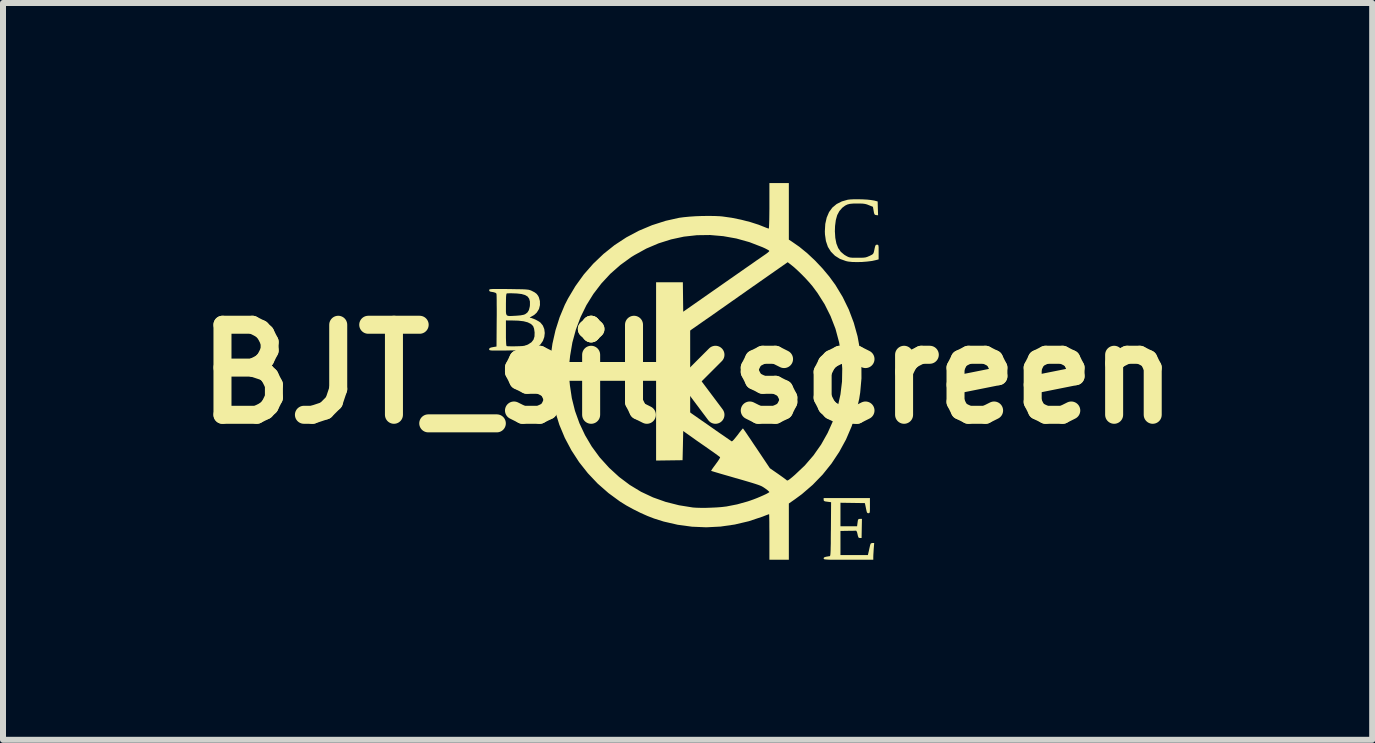
<source format=kicad_pcb>
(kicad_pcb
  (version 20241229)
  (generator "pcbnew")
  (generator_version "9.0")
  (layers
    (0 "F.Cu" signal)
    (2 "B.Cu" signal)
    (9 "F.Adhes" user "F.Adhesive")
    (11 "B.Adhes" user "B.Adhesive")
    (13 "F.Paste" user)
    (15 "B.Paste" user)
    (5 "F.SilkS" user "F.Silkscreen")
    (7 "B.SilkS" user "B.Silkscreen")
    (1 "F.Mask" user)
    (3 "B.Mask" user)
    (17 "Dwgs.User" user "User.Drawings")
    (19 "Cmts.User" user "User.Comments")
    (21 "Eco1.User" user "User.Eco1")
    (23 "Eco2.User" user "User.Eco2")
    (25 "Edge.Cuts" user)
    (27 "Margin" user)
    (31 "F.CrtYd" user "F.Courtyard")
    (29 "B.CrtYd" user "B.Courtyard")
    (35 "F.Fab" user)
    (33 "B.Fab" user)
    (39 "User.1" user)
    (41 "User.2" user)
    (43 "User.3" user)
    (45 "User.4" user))
  (footprint "BJT_silkscreen"
    (layer "F.Cu")
    (at 8.407 3.183)
    (property "Reference" "BJT_silkscreen" (at 0 0 0) (layer "F.SilkS") (effects (font (size 1.5 1.5) (thickness 0.3))))
    (attr board_only exclude_from_pos_files exclude_from_bom)
    (fp_poly (pts (xy 2.921 -2.911) (xy 2.993 -2.907) (xy 3.056 -2.9) (xy 3.105 -2.892) (xy 3.111 -2.891) (xy 3.167 -2.876) (xy 3.17 -2.761) (xy 3.174 -2.646) (xy 3.143 -2.649) (xy 3.125 -2.653) (xy 3.114 -2.663) (xy 3.106 -2.685) (xy 3.1 -2.72) (xy 3.088 -2.787) (xy 3.021 -2.814) (xy 2.988 -2.827) (xy 2.957 -2.835) (xy 2.921 -2.84) (xy 2.874 -2.842) (xy 2.826 -2.842) (xy 2.756 -2.841) (xy 2.703 -2.836) (xy 2.661 -2.825) (xy 2.625 -2.807) (xy 2.59 -2.781) (xy 2.576 -2.77) (xy 2.529 -2.716) (xy 2.493 -2.649) (xy 2.47 -2.567) (xy 2.457 -2.468) (xy 2.454 -2.379) (xy 2.461 -2.269) (xy 2.479 -2.176) (xy 2.509 -2.1) (xy 2.553 -2.037) (xy 2.611 -1.988) (xy 2.636 -1.973) (xy 2.663 -1.958) (xy 2.686 -1.948) (xy 2.711 -1.942) (xy 2.743 -1.939) (xy 2.788 -1.938) (xy 2.832 -1.938) (xy 2.89 -1.938) (xy 2.933 -1.94) (xy 2.965 -1.944) (xy 2.992 -1.952) (xy 3.02 -1.964) (xy 3.03 -1.968) (xy 3.063 -1.984) (xy 3.085 -1.998) (xy 3.098 -2.016) (xy 3.106 -2.043) (xy 3.115 -2.085) (xy 3.116 -2.092) (xy 3.125 -2.128) (xy 3.133 -2.147) (xy 3.145 -2.155) (xy 3.156 -2.156) (xy 3.168 -2.155) (xy 3.176 -2.15) (xy 3.18 -2.138) (xy 3.183 -2.114) (xy 3.183 -2.074) (xy 3.183 -2.033) (xy 3.183 -1.911) (xy 3.141 -1.9) (xy 3.074 -1.885) (xy 2.994 -1.875) (xy 2.908 -1.868) (xy 2.823 -1.866) (xy 2.743 -1.868) (xy 2.675 -1.875) (xy 2.639 -1.883) (xy 2.539 -1.919) (xy 2.456 -1.971) (xy 2.389 -2.038) (xy 2.338 -2.119) (xy 2.305 -2.216) (xy 2.289 -2.326) (xy 2.287 -2.379) (xy 2.294 -2.501) (xy 2.318 -2.608) (xy 2.357 -2.699) (xy 2.412 -2.774) (xy 2.483 -2.833) (xy 2.57 -2.877) (xy 2.668 -2.905) (xy 2.713 -2.91) (xy 2.775 -2.913) (xy 2.846 -2.913)) (stroke (width 0) (type solid)) (fill yes) (layer "F.SilkS"))
    (fp_poly (pts (xy 3.038 2.193) (xy 3.038 2.248) (xy 3.037 2.284) (xy 3.034 2.305) (xy 3.029 2.315) (xy 3.021 2.318) (xy 3.013 2.318) (xy 3.002 2.317) (xy 2.994 2.312) (xy 2.987 2.301) (xy 2.981 2.278) (xy 2.973 2.241) (xy 2.963 2.192) (xy 2.954 2.15) (xy 2.751 2.147) (xy 2.547 2.144) (xy 2.547 2.34) (xy 2.547 2.536) (xy 2.686 2.536) (xy 2.824 2.536) (xy 2.832 2.474) (xy 2.837 2.439) (xy 2.844 2.421) (xy 2.855 2.414) (xy 2.872 2.413) (xy 2.905 2.413) (xy 2.902 2.572) (xy 2.899 2.731) (xy 2.871 2.731) (xy 2.855 2.729) (xy 2.845 2.718) (xy 2.837 2.693) (xy 2.832 2.67) (xy 2.823 2.633) (xy 2.812 2.613) (xy 2.806 2.609) (xy 2.79 2.61) (xy 2.757 2.611) (xy 2.711 2.611) (xy 2.67 2.612) (xy 2.547 2.614) (xy 2.547 2.815) (xy 2.547 3.016) (xy 2.775 3.016) (xy 3.004 3.016) (xy 3.011 2.985) (xy 3.019 2.952) (xy 3.027 2.915) (xy 3.027 2.915) (xy 3.035 2.879) (xy 3.043 2.845) (xy 3.043 2.845) (xy 3.053 2.822) (xy 3.074 2.815) (xy 3.079 2.815) (xy 3.109 2.815) (xy 3.101 2.917) (xy 3.098 2.967) (xy 3.095 3.014) (xy 3.094 3.048) (xy 3.094 3.057) (xy 3.094 3.094) (xy 2.681 3.094) (xy 2.574 3.094) (xy 2.487 3.094) (xy 2.419 3.093) (xy 2.366 3.093) (xy 2.327 3.091) (xy 2.3 3.089) (xy 2.283 3.087) (xy 2.273 3.083) (xy 2.269 3.079) (xy 2.267 3.074) (xy 2.267 3.072) (xy 2.27 3.06) (xy 2.282 3.051) (xy 2.306 3.044) (xy 2.346 3.037) (xy 2.368 3.034) (xy 2.372 3.032) (xy 2.376 3.023) (xy 2.379 3.006) (xy 2.381 2.98) (xy 2.383 2.941) (xy 2.384 2.889) (xy 2.386 2.822) (xy 2.386 2.736) (xy 2.387 2.631) (xy 2.388 2.584) (xy 2.391 2.135) (xy 2.329 2.127) (xy 2.294 2.122) (xy 2.275 2.115) (xy 2.268 2.104) (xy 2.267 2.093) (xy 2.267 2.066) (xy 2.653 2.066) (xy 3.038 2.066)) (stroke (width 0) (type solid)) (fill yes) (layer "F.SilkS"))
    (fp_poly (pts (xy -3.093 -1.418) (xy -3.004 -1.417) (xy -2.98 -1.417) (xy -2.885 -1.415) (xy -2.81 -1.414) (xy -2.752 -1.413) (xy -2.708 -1.411) (xy -2.674 -1.408) (xy -2.649 -1.405) (xy -2.63 -1.4) (xy -2.613 -1.394) (xy -2.597 -1.387) (xy -2.549 -1.362) (xy -2.516 -1.337) (xy -2.492 -1.306) (xy -2.478 -1.279) (xy -2.461 -1.217) (xy -2.46 -1.15) (xy -2.475 -1.088) (xy -2.48 -1.078) (xy -2.513 -1.025) (xy -2.556 -0.985) (xy -2.598 -0.961) (xy -2.621 -0.948) (xy -2.63 -0.94) (xy -2.628 -0.939) (xy -2.599 -0.933) (xy -2.559 -0.918) (xy -2.516 -0.898) (xy -2.477 -0.876) (xy -2.452 -0.858) (xy -2.412 -0.809) (xy -2.388 -0.75) (xy -2.38 -0.684) (xy -2.388 -0.617) (xy -2.411 -0.553) (xy -2.449 -0.497) (xy -2.476 -0.471) (xy -2.5 -0.451) (xy -2.523 -0.436) (xy -2.548 -0.424) (xy -2.578 -0.414) (xy -2.614 -0.407) (xy -2.66 -0.402) (xy -2.718 -0.399) (xy -2.792 -0.396) (xy -2.883 -0.395) (xy -2.963 -0.394) (xy -3.059 -0.392) (xy -3.136 -0.392) (xy -3.195 -0.392) (xy -3.238 -0.392) (xy -3.268 -0.393) (xy -3.288 -0.396) (xy -3.299 -0.399) (xy -3.305 -0.403) (xy -3.306 -0.409) (xy -3.306 -0.412) (xy -3.304 -0.426) (xy -3.293 -0.436) (xy -3.269 -0.444) (xy -3.227 -0.452) (xy -3.226 -0.452) (xy -3.184 -0.459) (xy -3.181 -0.889) (xy -3.181 -0.894) (xy -3.027 -0.894) (xy -3.027 -0.682) (xy -3.027 -0.603) (xy -3.025 -0.545) (xy -3.023 -0.504) (xy -3.02 -0.478) (xy -3.015 -0.467) (xy -3.013 -0.466) (xy -2.997 -0.464) (xy -2.963 -0.463) (xy -2.917 -0.462) (xy -2.863 -0.463) (xy -2.857 -0.463) (xy -2.796 -0.465) (xy -2.752 -0.467) (xy -2.719 -0.472) (xy -2.692 -0.479) (xy -2.666 -0.49) (xy -2.654 -0.496) (xy -2.602 -0.53) (xy -2.568 -0.573) (xy -2.551 -0.627) (xy -2.549 -0.696) (xy -2.55 -0.7) (xy -2.558 -0.757) (xy -2.573 -0.797) (xy -2.577 -0.803) (xy -2.612 -0.836) (xy -2.664 -0.862) (xy -2.733 -0.88) (xy -2.82 -0.89) (xy -2.924 -0.893) (xy -3.027 -0.894) (xy -3.181 -0.894) (xy -3.18 -0.986) (xy -3.18 -1.076) (xy -3.18 -1.086) (xy -3.027 -1.086) (xy -3.027 -1.035) (xy -3.023 -1.001) (xy -3.012 -0.98) (xy -2.993 -0.97) (xy -2.962 -0.967) (xy -2.917 -0.969) (xy -2.859 -0.972) (xy -2.785 -0.978) (xy -2.733 -0.988) (xy -2.708 -0.997) (xy -2.669 -1.026) (xy -2.644 -1.066) (xy -2.63 -1.122) (xy -2.627 -1.148) (xy -2.627 -1.209) (xy -2.64 -1.256) (xy -2.666 -1.292) (xy -2.708 -1.317) (xy -2.767 -1.334) (xy -2.845 -1.343) (xy -2.875 -1.344) (xy -2.926 -1.346) (xy -2.97 -1.346) (xy -3 -1.345) (xy -3.012 -1.344) (xy -3.018 -1.337) (xy -3.022 -1.318) (xy -3.025 -1.287) (xy -3.026 -1.238) (xy -3.027 -1.171) (xy -3.027 -1.156) (xy -3.027 -1.086) (xy -3.18 -1.086) (xy -3.181 -1.157) (xy -3.181 -1.226) (xy -3.182 -1.281) (xy -3.183 -1.319) (xy -3.185 -1.338) (xy -3.185 -1.34) (xy -3.2 -1.354) (xy -3.232 -1.364) (xy -3.249 -1.367) (xy -3.284 -1.373) (xy -3.301 -1.381) (xy -3.306 -1.394) (xy -3.306 -1.397) (xy -3.306 -1.404) (xy -3.302 -1.409) (xy -3.294 -1.413) (xy -3.278 -1.415) (xy -3.253 -1.417) (xy -3.215 -1.418) (xy -3.162 -1.418)) (stroke (width 0) (type solid)) (fill yes) (layer "F.SilkS"))
    (fp_poly (pts (xy 1.687 -2.711) (xy 1.687 -2.24) (xy 1.735 -2.209) (xy 1.863 -2.12) (xy 1.994 -2.013) (xy 2.123 -1.892) (xy 2.246 -1.762) (xy 2.36 -1.626) (xy 2.46 -1.489) (xy 2.461 -1.488) (xy 2.583 -1.286) (xy 2.686 -1.075) (xy 2.769 -0.855) (xy 2.832 -0.629) (xy 2.874 -0.398) (xy 2.896 -0.164) (xy 2.897 0.072) (xy 2.876 0.308) (xy 2.859 0.414) (xy 2.806 0.647) (xy 2.733 0.872) (xy 2.64 1.089) (xy 2.527 1.296) (xy 2.397 1.492) (xy 2.249 1.676) (xy 2.084 1.846) (xy 1.904 2.001) (xy 1.79 2.085) (xy 1.687 2.157) (xy 1.687 2.626) (xy 1.687 3.094) (xy 1.525 3.094) (xy 1.363 3.094) (xy 1.363 2.714) (xy 1.363 2.625) (xy 1.362 2.543) (xy 1.362 2.471) (xy 1.361 2.411) (xy 1.36 2.367) (xy 1.359 2.341) (xy 1.358 2.334) (xy 1.347 2.338) (xy 1.319 2.348) (xy 1.28 2.363) (xy 1.25 2.375) (xy 1.019 2.452) (xy 0.785 2.507) (xy 0.549 2.541) (xy 0.311 2.553) (xy 0.073 2.543) (xy -0.164 2.511) (xy -0.399 2.457) (xy -0.558 2.407) (xy -0.667 2.365) (xy -0.786 2.312) (xy -0.906 2.252) (xy -1.021 2.189) (xy -1.122 2.126) (xy -1.123 2.126) (xy -1.318 1.983) (xy -1.498 1.825) (xy -1.661 1.653) (xy -1.808 1.467) (xy -1.936 1.27) (xy -2.046 1.063) (xy -2.137 0.845) (xy -2.207 0.619) (xy -2.258 0.385) (xy -2.274 0.27) (xy -2.294 0.112) (xy -1.968 0.112) (xy -1.961 0.187) (xy -1.929 0.402) (xy -1.876 0.614) (xy -1.802 0.82) (xy -1.709 1.018) (xy -1.598 1.206) (xy -1.47 1.381) (xy -1.462 1.391) (xy -1.307 1.562) (xy -1.141 1.714) (xy -0.964 1.847) (xy -0.776 1.961) (xy -0.576 2.055) (xy -0.365 2.13) (xy -0.143 2.186) (xy 0.087 2.223) (xy 0.145 2.227) (xy 0.22 2.229) (xy 0.305 2.229) (xy 0.394 2.226) (xy 0.482 2.222) (xy 0.563 2.216) (xy 0.631 2.208) (xy 0.648 2.206) (xy 0.826 2.171) (xy 0.998 2.123) (xy 1.046 2.107) (xy 1.099 2.088) (xy 1.156 2.066) (xy 1.213 2.042) (xy 1.265 2.019) (xy 1.31 1.998) (xy 1.343 1.98) (xy 1.361 1.968) (xy 1.363 1.965) (xy 1.354 1.955) (xy 1.332 1.935) (xy 1.3 1.911) (xy 1.29 1.904) (xy 1.271 1.891) (xy 1.252 1.879) (xy 1.23 1.867) (xy 1.204 1.856) (xy 1.171 1.844) (xy 1.129 1.83) (xy 1.075 1.813) (xy 1.008 1.793) (xy 0.923 1.768) (xy 0.82 1.738) (xy 0.807 1.735) (xy 0.715 1.708) (xy 0.631 1.684) (xy 0.555 1.662) (xy 0.491 1.643) (xy 0.441 1.628) (xy 0.408 1.618) (xy 0.393 1.613) (xy 0.392 1.613) (xy 0.397 1.603) (xy 0.412 1.579) (xy 0.437 1.544) (xy 0.468 1.503) (xy 0.468 1.502) (xy 0.499 1.46) (xy 0.523 1.424) (xy 0.538 1.398) (xy 0.542 1.386) (xy 0.542 1.386) (xy 0.532 1.377) (xy 0.505 1.357) (xy 0.467 1.329) (xy 0.418 1.294) (xy 0.363 1.256) (xy 0.355 1.25) (xy 0.288 1.203) (xy 0.217 1.154) (xy 0.148 1.106) (xy 0.088 1.063) (xy 0.05 1.036) (xy -0.073 0.949) (xy -0.078 1.192) (xy -0.084 1.435) (xy -0.304 1.438) (xy -0.525 1.441) (xy -0.525 0.777) (xy -0.525 0.555) (xy -0.078 0.555) (xy 0.064 0.655) (xy 0.123 0.696) (xy 0.183 0.738) (xy 0.24 0.778) (xy 0.287 0.81) (xy 0.296 0.816) (xy 0.397 0.887) (xy 0.481 0.946) (xy 0.55 0.994) (xy 0.606 1.032) (xy 0.649 1.062) (xy 0.681 1.084) (xy 0.704 1.1) (xy 0.72 1.111) (xy 0.729 1.118) (xy 0.734 1.121) (xy 0.747 1.116) (xy 0.77 1.093) (xy 0.803 1.053) (xy 0.832 1.017) (xy 0.864 0.974) (xy 0.892 0.939) (xy 0.912 0.915) (xy 0.922 0.905) (xy 0.922 0.905) (xy 0.929 0.914) (xy 0.947 0.939) (xy 0.975 0.979) (xy 1.01 1.031) (xy 1.053 1.094) (xy 1.1 1.165) (xy 1.149 1.237) (xy 1.371 1.569) (xy 1.507 1.663) (xy 1.555 1.697) (xy 1.597 1.727) (xy 1.628 1.75) (xy 1.646 1.764) (xy 1.649 1.766) (xy 1.655 1.773) (xy 1.665 1.773) (xy 1.682 1.765) (xy 1.707 1.747) (xy 1.744 1.717) (xy 1.79 1.677) (xy 1.952 1.524) (xy 2.097 1.356) (xy 2.225 1.174) (xy 2.334 0.98) (xy 2.426 0.774) (xy 2.498 0.557) (xy 2.501 0.547) (xy 2.547 0.339) (xy 2.573 0.125) (xy 2.577 -0.092) (xy 2.561 -0.31) (xy 2.525 -0.527) (xy 2.468 -0.74) (xy 2.462 -0.76) (xy 2.382 -0.966) (xy 2.283 -1.164) (xy 2.164 -1.352) (xy 2.08 -1.465) (xy 2.03 -1.524) (xy 1.97 -1.59) (xy 1.906 -1.656) (xy 1.841 -1.719) (xy 1.781 -1.774) (xy 1.736 -1.811) (xy 1.668 -1.864) (xy 1.356 -1.646) (xy 1.279 -1.592) (xy 1.206 -1.541) (xy 1.138 -1.493) (xy 1.078 -1.452) (xy 1.03 -1.418) (xy 0.996 -1.394) (xy 0.983 -1.385) (xy 0.954 -1.364) (xy 0.911 -1.334) (xy 0.858 -1.297) (xy 0.799 -1.255) (xy 0.738 -1.213) (xy 0.737 -1.212) (xy 0.676 -1.169) (xy 0.618 -1.128) (xy 0.565 -1.091) (xy 0.523 -1.062) (xy 0.495 -1.042) (xy 0.495 -1.041) (xy 0.47 -1.024) (xy 0.43 -0.996) (xy 0.378 -0.959) (xy 0.316 -0.917) (xy 0.249 -0.87) (xy 0.179 -0.821) (xy -0.078 -0.642) (xy -0.078 -0.043) (xy -0.078 0.555) (xy -0.525 0.555) (xy -0.525 0.112) (xy -1.247 0.112) (xy -1.968 0.112) (xy -2.294 0.112) (xy -2.565 0.112) (xy -2.837 0.112) (xy -2.837 -0.045) (xy -2.837 -0.201) (xy -2.564 -0.201) (xy -2.292 -0.201) (xy -1.969 -0.201) (xy -1.247 -0.201) (xy -0.525 -0.201) (xy -0.525 -0.866) (xy -0.525 -1.53) (xy -0.302 -1.53) (xy -0.079 -1.53) (xy -0.076 -1.285) (xy -0.073 -1.039) (xy 0.575 -1.492) (xy 0.685 -1.569) (xy 0.79 -1.642) (xy 0.89 -1.712) (xy 0.983 -1.777) (xy 1.067 -1.835) (xy 1.14 -1.887) (xy 1.202 -1.929) (xy 1.249 -1.962) (xy 1.281 -1.984) (xy 1.293 -1.992) (xy 1.326 -2.016) (xy 1.351 -2.037) (xy 1.362 -2.05) (xy 1.362 -2.051) (xy 1.353 -2.061) (xy 1.327 -2.076) (xy 1.288 -2.096) (xy 1.246 -2.115) (xy 1.031 -2.198) (xy 0.813 -2.259) (xy 0.594 -2.298) (xy 0.374 -2.317) (xy 0.155 -2.314) (xy -0.062 -2.29) (xy -0.275 -2.244) (xy -0.484 -2.178) (xy -0.688 -2.091) (xy -0.884 -1.983) (xy -0.938 -1.95) (xy -1.12 -1.818) (xy -1.287 -1.671) (xy -1.437 -1.509) (xy -1.57 -1.335) (xy -1.686 -1.148) (xy -1.783 -0.95) (xy -1.861 -0.742) (xy -1.92 -0.526) (xy -1.958 -0.302) (xy -1.961 -0.271) (xy -1.969 -0.201) (xy -2.292 -0.201) (xy -2.284 -0.276) (xy -2.252 -0.506) (xy -2.201 -0.731) (xy -2.132 -0.948) (xy -2.046 -1.154) (xy -1.993 -1.258) (xy -1.869 -1.466) (xy -1.729 -1.66) (xy -1.572 -1.839) (xy -1.401 -2.002) (xy -1.217 -2.149) (xy -1.02 -2.278) (xy -0.811 -2.389) (xy -0.592 -2.481) (xy -0.364 -2.554) (xy -0.14 -2.604) (xy -0.063 -2.614) (xy 0.029 -2.623) (xy 0.133 -2.63) (xy 0.241 -2.634) (xy 0.349 -2.635) (xy 0.45 -2.634) (xy 0.538 -2.63) (xy 0.582 -2.626) (xy 0.737 -2.604) (xy 0.893 -2.572) (xy 1.045 -2.533) (xy 1.185 -2.488) (xy 1.288 -2.447) (xy 1.321 -2.434) (xy 1.345 -2.426) (xy 1.352 -2.424) (xy 1.355 -2.435) (xy 1.357 -2.466) (xy 1.359 -2.515) (xy 1.361 -2.581) (xy 1.362 -2.661) (xy 1.363 -2.754) (xy 1.363 -2.804) (xy 1.363 -3.183) (xy 1.525 -3.183) (xy 1.687 -3.183)) (stroke (width 0) (type solid)) (fill yes) (layer "F.SilkS")))
  (gr_rect
    (start -3 -3)
    (end 19.814 9.277)
    (stroke (width 0.1) (type default))
    (fill no)
    (layer "Edge.Cuts")))
</source>
